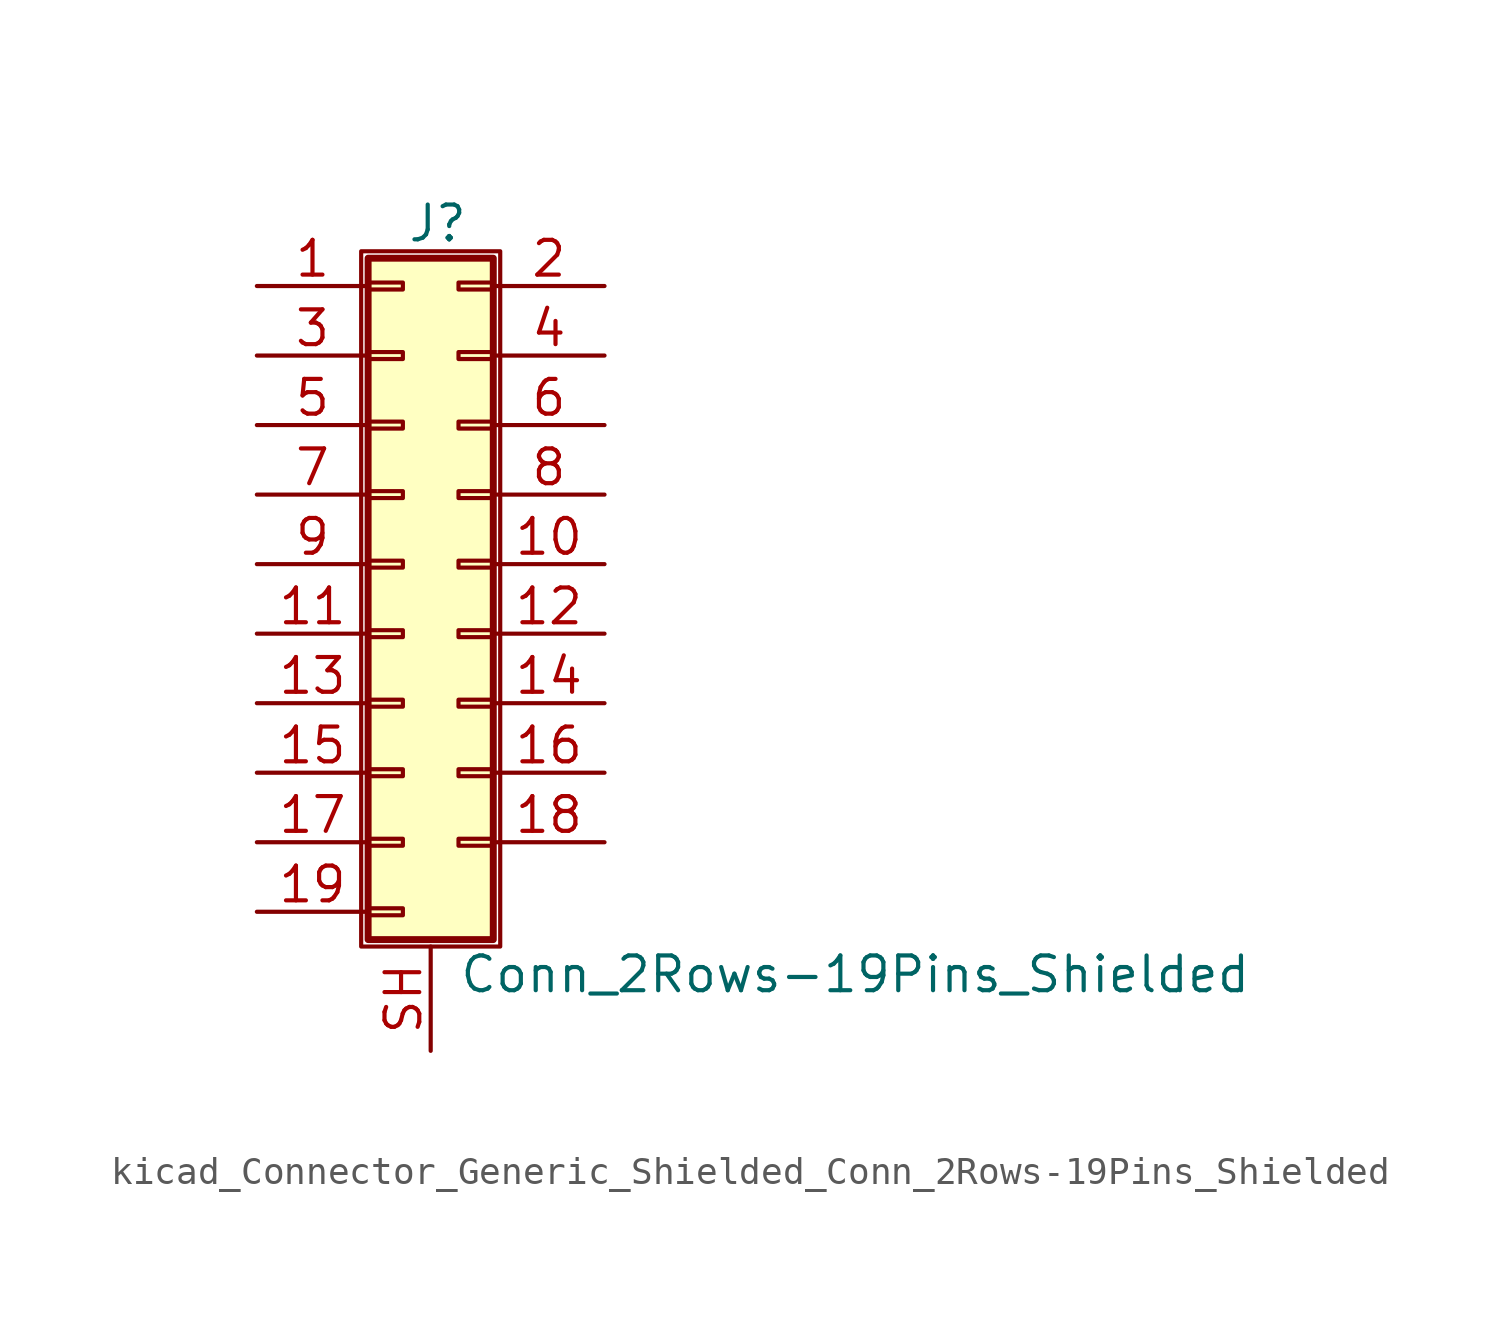
<source format=kicad_sym>
(kicad_symbol_lib
  (version 20220914)
  (generator kicad_symbol_editor)
  (symbol "kicad_Connector_Generic_Shielded_Conn_2Rows-19Pins_Shielded"
    (pin_names
      (offset 1.016) hide)
    (property "Reference" "J"
      (at 1.524 12.446 0)
      (effects (font (size 1.27 1.27))))
    (property "Value" "Conn_2Rows-19Pins_Shielded"
      (at 2.286 -14.986 0)
      (effects (font (size 1.27 1.27)) (justify left)))
    (symbol "kicad_Connector_Generic_Shielded_Conn_2Rows-19Pins_Shielded_1_1"
      (rectangle (start -1.27 11.43) (end 3.81 -13.97) (stroke (width 0.152) (type default)) (fill (type none)))
      (rectangle (start -1.016 -12.573) (end 0.254 -12.827) (stroke (width 0.152) (type default)) (fill (type none)))
      (rectangle (start -1.016 -10.033) (end 0.254 -10.287) (stroke (width 0.152) (type default)) (fill (type none)))
      (rectangle (start -1.016 -7.493) (end 0.254 -7.747) (stroke (width 0.152) (type default)) (fill (type none)))
      (rectangle (start -1.016 -4.953) (end 0.254 -5.207) (stroke (width 0.152) (type default)) (fill (type none)))
      (rectangle (start -1.016 -2.413) (end 0.254 -2.667) (stroke (width 0.152) (type default)) (fill (type none)))
      (rectangle (start -1.016 0.127) (end 0.254 -0.127) (stroke (width 0.152) (type default)) (fill (type none)))
      (rectangle (start -1.016 2.667) (end 0.254 2.413) (stroke (width 0.152) (type default)) (fill (type none)))
      (rectangle (start -1.016 5.207) (end 0.254 4.953) (stroke (width 0.152) (type default)) (fill (type none)))
      (rectangle (start -1.016 7.747) (end 0.254 7.493) (stroke (width 0.152) (type default)) (fill (type none)))
      (rectangle (start -1.016 10.287) (end 0.254 10.033) (stroke (width 0.152) (type default)) (fill (type none)))
      (rectangle (start -1.016 11.176) (end 3.556 -13.716) (stroke (width 0.254) (type default)) (fill (type background)))
      (rectangle (start 3.556 -10.033) (end 2.286 -10.287) (stroke (width 0.152) (type default)) (fill (type none)))
      (rectangle (start 3.556 -7.493) (end 2.286 -7.747) (stroke (width 0.152) (type default)) (fill (type none)))
      (rectangle (start 3.556 -4.953) (end 2.286 -5.207) (stroke (width 0.152) (type default)) (fill (type none)))
      (rectangle (start 3.556 -2.413) (end 2.286 -2.667) (stroke (width 0.152) (type default)) (fill (type none)))
      (rectangle (start 3.556 0.127) (end 2.286 -0.127) (stroke (width 0.152) (type default)) (fill (type none)))
      (rectangle (start 3.556 2.667) (end 2.286 2.413) (stroke (width 0.152) (type default)) (fill (type none)))
      (rectangle (start 3.556 5.207) (end 2.286 4.953) (stroke (width 0.152) (type default)) (fill (type none)))
      (rectangle (start 3.556 7.747) (end 2.286 7.493) (stroke (width 0.152) (type default)) (fill (type none)))
      (rectangle (start 3.556 10.287) (end 2.286 10.033) (stroke (width 0.152) (type default)) (fill (type none)))
      (pin passive line (at -5.08 10.16 0) (length 4.064) (name "Pin_1" (effects (font (size 1.27 1.27)))) (number "1" (effects (font (size 1.27 1.27)))))
      (pin passive line (at 7.62 0 180) (length 4.064) (name "Pin_10" (effects (font (size 1.27 1.27)))) (number "10" (effects (font (size 1.27 1.27)))))
      (pin passive line (at -5.08 -2.54 0) (length 4.064) (name "Pin_11" (effects (font (size 1.27 1.27)))) (number "11" (effects (font (size 1.27 1.27)))))
      (pin passive line (at 7.62 -2.54 180) (length 4.064) (name "Pin_12" (effects (font (size 1.27 1.27)))) (number "12" (effects (font (size 1.27 1.27)))))
      (pin passive line (at -5.08 -5.08 0) (length 4.064) (name "Pin_13" (effects (font (size 1.27 1.27)))) (number "13" (effects (font (size 1.27 1.27)))))
      (pin passive line (at 7.62 -5.08 180) (length 4.064) (name "Pin_14" (effects (font (size 1.27 1.27)))) (number "14" (effects (font (size 1.27 1.27)))))
      (pin passive line (at -5.08 -7.62 0) (length 4.064) (name "Pin_15" (effects (font (size 1.27 1.27)))) (number "15" (effects (font (size 1.27 1.27)))))
      (pin passive line (at 7.62 -7.62 180) (length 4.064) (name "Pin_16" (effects (font (size 1.27 1.27)))) (number "16" (effects (font (size 1.27 1.27)))))
      (pin passive line (at -5.08 -10.16 0) (length 4.064) (name "Pin_17" (effects (font (size 1.27 1.27)))) (number "17" (effects (font (size 1.27 1.27)))))
      (pin passive line (at 7.62 -10.16 180) (length 4.064) (name "Pin_18" (effects (font (size 1.27 1.27)))) (number "18" (effects (font (size 1.27 1.27)))))
      (pin passive line (at -5.08 -12.7 0) (length 4.064) (name "Pin_19" (effects (font (size 1.27 1.27)))) (number "19" (effects (font (size 1.27 1.27)))))
      (pin passive line (at 7.62 10.16 180) (length 4.064) (name "Pin_2" (effects (font (size 1.27 1.27)))) (number "2" (effects (font (size 1.27 1.27)))))
      (pin passive line (at -5.08 7.62 0) (length 4.064) (name "Pin_3" (effects (font (size 1.27 1.27)))) (number "3" (effects (font (size 1.27 1.27)))))
      (pin passive line (at 7.62 7.62 180) (length 4.064) (name "Pin_4" (effects (font (size 1.27 1.27)))) (number "4" (effects (font (size 1.27 1.27)))))
      (pin passive line (at -5.08 5.08 0) (length 4.064) (name "Pin_5" (effects (font (size 1.27 1.27)))) (number "5" (effects (font (size 1.27 1.27)))))
      (pin passive line (at 7.62 5.08 180) (length 4.064) (name "Pin_6" (effects (font (size 1.27 1.27)))) (number "6" (effects (font (size 1.27 1.27)))))
      (pin passive line (at -5.08 2.54 0) (length 4.064) (name "Pin_7" (effects (font (size 1.27 1.27)))) (number "7" (effects (font (size 1.27 1.27)))))
      (pin passive line (at 7.62 2.54 180) (length 4.064) (name "Pin_8" (effects (font (size 1.27 1.27)))) (number "8" (effects (font (size 1.27 1.27)))))
      (pin passive line (at -5.08 0 0) (length 4.064) (name "Pin_9" (effects (font (size 1.27 1.27)))) (number "9" (effects (font (size 1.27 1.27)))))
      (pin passive line (at 1.27 -17.78 90) (length 3.81) (name "Shield" (effects (font (size 1.27 1.27)))) (number "SH" (effects (font (size 1.27 1.27))))))))
</source>
